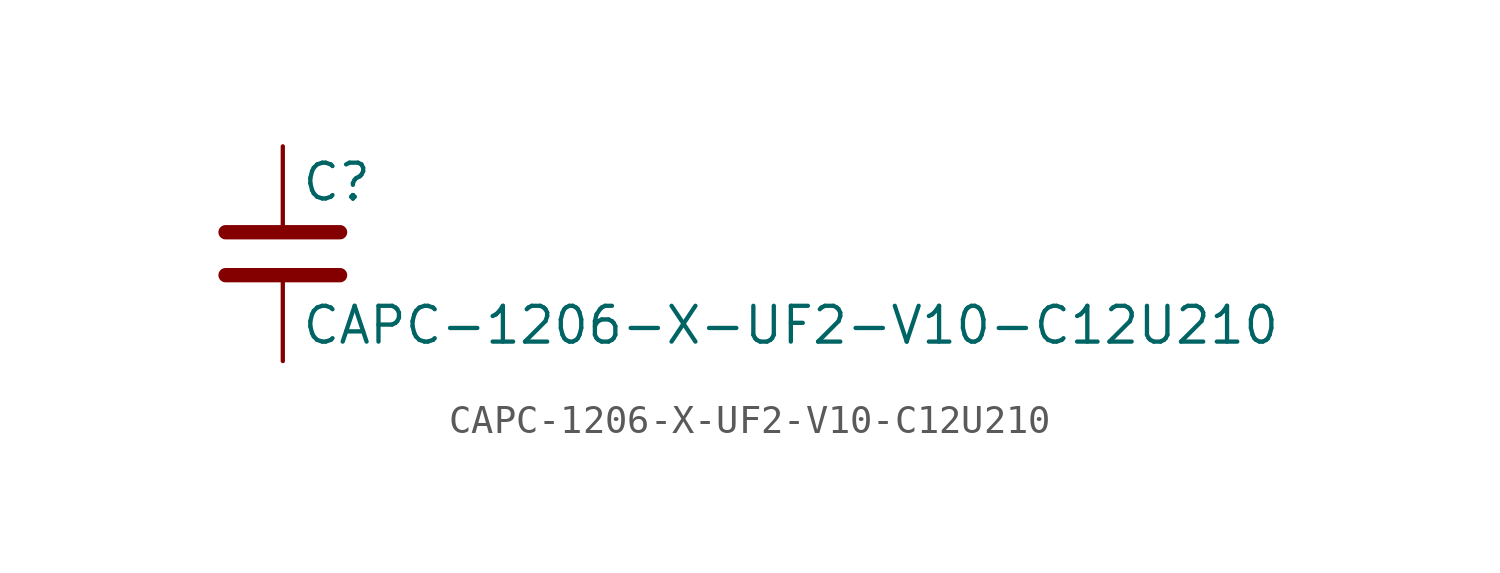
<source format=kicad_sym>
(kicad_symbol_lib
  (version 20211014)
  (generator kicad_symbol_editor)
  (symbol "CAPC-1206-X-UF2-V10-C12U210"
    (pin_numbers hide)
    (pin_names
      (offset 0.254))
    (property "Reference" "C"
      (at 0.635 2.54 0)
      (effects (font (size 1.27 1.27)) (justify left)))
    (property "Value" "CAPC-1206-X-UF2-V10-C12U210"
      (at 0.635 -2.54 0)
      (effects (font (size 1.27 1.27)) (justify left)))
    (symbol "CAPC-1206-X-UF2-V10-C12U210_0_1"
      (polyline (pts (xy -2.032 -0.762) (xy 2.032 -0.762)) (stroke (width 0.508) (type default) (color 0 0 0 0)) (fill (type none)))
      (polyline (pts (xy -2.032 0.762) (xy 2.032 0.762)) (stroke (width 0.508) (type default) (color 0 0 0 0)) (fill (type none))))
    (symbol "CAPC-1206-X-UF2-V10-C12U210_1_1"
      (pin passive line (at 0 3.81 270) (length 2.794) (name "~" (effects (font (size 1.27 1.27)))) (number "1" (effects (font (size 1.27 1.27)))))
      (pin passive line (at 0 -3.81 90) (length 2.794) (name "~" (effects (font (size 1.27 1.27)))) (number "2" (effects (font (size 1.27 1.27))))))))
</source>
